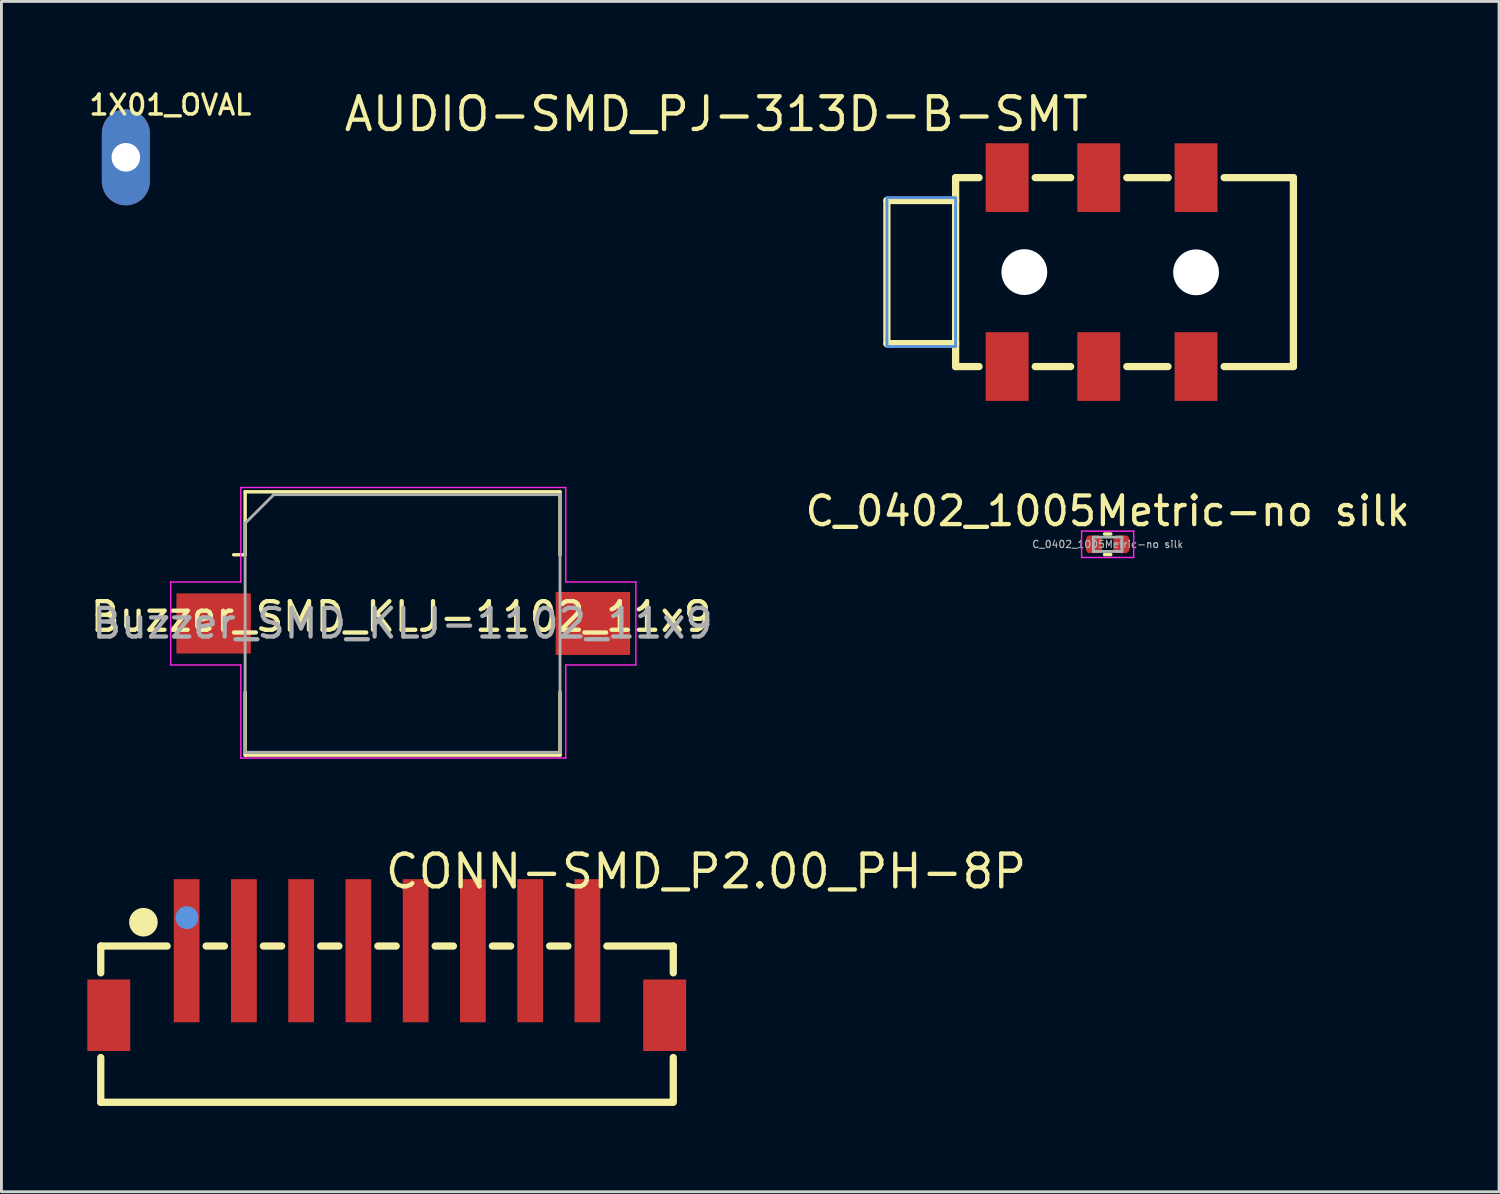
<source format=kicad_pcb>
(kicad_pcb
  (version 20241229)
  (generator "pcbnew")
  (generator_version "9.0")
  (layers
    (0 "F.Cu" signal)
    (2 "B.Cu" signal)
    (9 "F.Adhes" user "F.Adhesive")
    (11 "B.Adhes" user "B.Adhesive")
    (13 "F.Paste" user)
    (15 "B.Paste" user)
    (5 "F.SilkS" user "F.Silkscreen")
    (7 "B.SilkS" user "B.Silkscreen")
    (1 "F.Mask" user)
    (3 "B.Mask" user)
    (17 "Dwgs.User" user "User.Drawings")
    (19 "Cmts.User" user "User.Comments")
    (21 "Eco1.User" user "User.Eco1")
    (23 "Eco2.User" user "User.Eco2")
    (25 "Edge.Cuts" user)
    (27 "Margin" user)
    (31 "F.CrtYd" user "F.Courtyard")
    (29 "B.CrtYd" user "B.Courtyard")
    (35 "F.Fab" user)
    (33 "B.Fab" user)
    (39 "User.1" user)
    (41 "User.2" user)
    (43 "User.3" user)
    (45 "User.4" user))
  (footprint "Buzzer_SMD_KLJ-1102_11x9"
    (layer "F.Cu")
    (at 11.013 18.73)
    (property "Reference" "Buzzer_SMD_KLJ-1102_11x9" (at -0.055 -0.235 180) (layer "F.SilkS") (effects (font (size 1 1) (thickness 0.15))))
    (attr smd)
    (fp_line (start -5.5 -4.6) (end -5.5 -2.4) (stroke (width 0.12) (type solid)) (layer "F.SilkS"))
    (fp_line (start -5.5 -4.6) (end 5.5 -4.6) (stroke (width 0.12) (type solid)) (layer "F.SilkS"))
    (fp_line (start -5.5 -2.4) (end -5.9 -2.4) (stroke (width 0.12) (type solid)) (layer "F.SilkS"))
    (fp_line (start -5.5 2.4) (end -5.5 4.6) (stroke (width 0.12) (type solid)) (layer "F.SilkS"))
    (fp_line (start 5.5 -4.6) (end 5.5 -2.4) (stroke (width 0.12) (type solid)) (layer "F.SilkS"))
    (fp_line (start 5.5 2.4) (end 5.5 4.6) (stroke (width 0.12) (type solid)) (layer "F.SilkS"))
    (fp_line (start 5.5 4.6) (end -5.5 4.6) (stroke (width 0.12) (type solid)) (layer "F.SilkS"))
    (fp_line (start -8.1 -1.45) (end -5.65 -1.45) (stroke (width 0.05) (type solid)) (layer "F.CrtYd"))
    (fp_line (start -8.1 1.45) (end -8.1 -1.45) (stroke (width 0.05) (type solid)) (layer "F.CrtYd"))
    (fp_line (start -5.65 -4.75) (end 5.7 -4.75) (stroke (width 0.05) (type solid)) (layer "F.CrtYd"))
    (fp_line (start -5.65 -1.45) (end -5.65 -4.75) (stroke (width 0.05) (type solid)) (layer "F.CrtYd"))
    (fp_line (start -5.65 1.45) (end -8.1 1.45) (stroke (width 0.05) (type solid)) (layer "F.CrtYd"))
    (fp_line (start -5.65 4.7) (end -5.65 1.45) (stroke (width 0.05) (type solid)) (layer "F.CrtYd"))
    (fp_line (start 5.7 -4.75) (end 5.7 -1.45) (stroke (width 0.05) (type solid)) (layer "F.CrtYd"))
    (fp_line (start 5.7 -1.45) (end 8.15 -1.45) (stroke (width 0.05) (type solid)) (layer "F.CrtYd"))
    (fp_line (start 5.7 1.45) (end 5.7 4.7) (stroke (width 0.05) (type solid)) (layer "F.CrtYd"))
    (fp_line (start 5.7 4.7) (end -5.65 4.7) (stroke (width 0.05) (type solid)) (layer "F.CrtYd"))
    (fp_line (start 8.15 -1.45) (end 8.15 1.45) (stroke (width 0.05) (type solid)) (layer "F.CrtYd"))
    (fp_line (start 8.15 1.45) (end 5.7 1.45) (stroke (width 0.05) (type solid)) (layer "F.CrtYd"))
    (fp_line (start -5.5 -3.5) (end -5.5 4.5) (stroke (width 0.1) (type solid)) (layer "F.Fab"))
    (fp_line (start -5.5 4.5) (end 5.5 4.5) (stroke (width 0.1) (type solid)) (layer "F.Fab"))
    (fp_line (start -4.5 -4.5) (end -5.5 -3.5) (stroke (width 0.1) (type solid)) (layer "F.Fab"))
    (fp_line (start 5.5 -4.5) (end -4.5 -4.5) (stroke (width 0.1) (type solid)) (layer "F.Fab"))
    (fp_line (start 5.5 4.5) (end 5.5 -4.5) (stroke (width 0.1) (type solid)) (layer "F.Fab"))
    (fp_text user "${REFERENCE}" (at 0 0 180) (layer "F.Fab") (effects (font (size 1 1) (thickness 0.15))))
    (pad "1" smd rect (at -6.6 0) (size 2.6 2.1) (layers "F.Cu" "F.Mask" "F.Paste"))
    (pad "2" smd rect (at 6.65 0) (size 2.6 2.2) (layers "F.Cu" "F.Mask" "F.Paste")))
  (footprint "CONN-SMD_P2.00_PH-8P"
    (layer "F.Cu")
    (at 10.46 31.289)
    (property "Reference" "CONN-SMD_P2.00_PH-8P" (at -0.132 -3.898 0) (layer "F.SilkS") (effects (font (size 1.143 1.143) (thickness 0.152)) (justify left)))
    (attr smd)
    (fp_line (start -9.99 -1.29) (end -9.99 -0.354) (stroke (width 0.254) (type solid)) (layer "F.SilkS"))
    (fp_line (start -9.99 2.604) (end -9.99 4.167) (stroke (width 0.254) (type solid)) (layer "F.SilkS"))
    (fp_line (start -9.99 4.167) (end 9.98 4.167) (stroke (width 0.254) (type solid)) (layer "F.SilkS"))
    (fp_line (start -7.671 -1.29) (end -9.99 -1.29) (stroke (width 0.254) (type solid)) (layer "F.SilkS"))
    (fp_line (start -5.671 -1.29) (end -6.309 -1.29) (stroke (width 0.254) (type solid)) (layer "F.SilkS"))
    (fp_line (start -3.671 -1.29) (end -4.309 -1.29) (stroke (width 0.254) (type solid)) (layer "F.SilkS"))
    (fp_line (start -1.671 -1.29) (end -2.309 -1.29) (stroke (width 0.254) (type solid)) (layer "F.SilkS"))
    (fp_line (start 0.329 -1.29) (end -0.309 -1.29) (stroke (width 0.254) (type solid)) (layer "F.SilkS"))
    (fp_line (start 2.329 -1.29) (end 1.691 -1.29) (stroke (width 0.254) (type solid)) (layer "F.SilkS"))
    (fp_line (start 4.329 -1.29) (end 3.691 -1.29) (stroke (width 0.254) (type solid)) (layer "F.SilkS"))
    (fp_line (start 6.329 -1.29) (end 5.691 -1.29) (stroke (width 0.254) (type solid)) (layer "F.SilkS"))
    (fp_line (start 10.01 -1.29) (end 7.691 -1.29) (stroke (width 0.254) (type solid)) (layer "F.SilkS"))
    (fp_line (start 10.01 -0.354) (end 10.01 -1.29) (stroke (width 0.254) (type solid)) (layer "F.SilkS"))
    (fp_line (start 10.01 4.167) (end 10.01 2.604) (stroke (width 0.254) (type solid)) (layer "F.SilkS"))
    (fp_circle (center -8.5 -2.123) (end -8.25 -2.123) (stroke (width 0.5) (type solid)) (fill no) (layer "F.SilkS"))
    (fp_circle (center -6.98 -2.283) (end -6.78 -2.283) (stroke (width 0.4) (type solid)) (fill no) (layer "Cmts.User"))
    (pad "1" smd rect (at -6.99 -1.127) (size 0.9 5) (layers "F.Cu" "F.Mask" "F.Paste"))
    (pad "2" smd rect (at -4.99 -1.127) (size 0.9 5) (layers "F.Cu" "F.Mask" "F.Paste"))
    (pad "3" smd rect (at -2.99 -1.127) (size 0.9 5) (layers "F.Cu" "F.Mask" "F.Paste"))
    (pad "4" smd rect (at -0.99 -1.127) (size 0.9 5) (layers "F.Cu" "F.Mask" "F.Paste"))
    (pad "5" smd rect (at 1.01 -1.127) (size 0.9 5) (layers "F.Cu" "F.Mask" "F.Paste"))
    (pad "6" smd rect (at 3.01 -1.127) (size 0.9 5) (layers "F.Cu" "F.Mask" "F.Paste"))
    (pad "7" smd rect (at 5.01 -1.127) (size 0.9 5) (layers "F.Cu" "F.Mask" "F.Paste"))
    (pad "8" smd rect (at 7.01 -1.127) (size 0.9 5) (layers "F.Cu" "F.Mask" "F.Paste"))
    (pad "9" smd rect (at 9.71 1.127) (size 1.5 2.5) (layers "F.Cu" "F.Mask" "F.Paste"))
    (pad "10" smd rect (at -9.71 1.127) (size 1.5 2.5) (layers "F.Cu" "F.Mask" "F.Paste")))
  (footprint "AUDIO-SMD_PJ-313D-B-SMT"
    (layer "F.Cu")
    (at 35.433 6.455)
    (property "Reference" "AUDIO-SMD_PJ-313D-B-SMT" (at -0.38 -5.52 180) (layer "F.SilkS") (effects (font (size 1.143 1.143) (thickness 0.152)) (justify right)))
    (attr smd)
    (fp_line (start -7.5 -2.5) (end -7.5 2.5) (stroke (width 0.254) (type solid)) (layer "F.SilkS"))
    (fp_line (start -5.1 -3.3) (end -4.281 -3.3) (stroke (width 0.254) (type solid)) (layer "F.SilkS"))
    (fp_line (start -5.1 -2.5) (end -7.5 -2.5) (stroke (width 0.254) (type solid)) (layer "F.SilkS"))
    (fp_line (start -5.1 2.5) (end -7.5 2.5) (stroke (width 0.254) (type solid)) (layer "F.SilkS"))
    (fp_line (start -5.1 3.3) (end -5.1 -3.3) (stroke (width 0.254) (type solid)) (layer "F.SilkS"))
    (fp_line (start -5.1 3.3) (end -4.281 3.3) (stroke (width 0.254) (type solid)) (layer "F.SilkS"))
    (fp_line (start -2.319 -3.3) (end -1.081 -3.3) (stroke (width 0.254) (type solid)) (layer "F.SilkS"))
    (fp_line (start -2.319 3.3) (end -1.081 3.3) (stroke (width 0.254) (type solid)) (layer "F.SilkS"))
    (fp_line (start 0.881 -3.3) (end 2.319 -3.3) (stroke (width 0.254) (type solid)) (layer "F.SilkS"))
    (fp_line (start 0.881 3.3) (end 2.319 3.3) (stroke (width 0.254) (type solid)) (layer "F.SilkS"))
    (fp_line (start 2.319 -3.3) (end 2.3 -3.3) (stroke (width 0.254) (type solid)) (layer "F.SilkS"))
    (fp_line (start 6.7 -3.3) (end 4.281 -3.3) (stroke (width 0.254) (type solid)) (layer "F.SilkS"))
    (fp_line (start 6.7 3.3) (end 4.281 3.3) (stroke (width 0.254) (type solid)) (layer "F.SilkS"))
    (fp_line (start 6.7 3.3) (end 6.7 -3.3) (stroke (width 0.254) (type solid)) (layer "F.SilkS"))
    (fp_circle (center -2.7 0) (end -2.45 0) (stroke (width 0.5) (type solid)) (fill no) (layer "Cmts.User"))
    (fp_circle (center 3.3 0.008) (end 3.55 0.008) (stroke (width 0.5) (type solid)) (fill no) (layer "Cmts.User"))
    (fp_poly (pts (xy -7.5 -2.6) (xy -5.1 -2.6) (xy -5.1 2.6) (xy -7.5 2.6)) (stroke (width 0.1) (type solid)) (fill no) (layer "Cmts.User"))
    (pad "" np_thru_hole circle (at -2.7 0) (size 1.6 1.6) (drill 1.6) (layers "*.Cu" "*.Mask"))
    (pad "" np_thru_hole circle (at 3.3 0.008) (size 1.6 1.6) (drill 1.6) (layers "*.Cu" "*.Mask"))
    (pad "1" smd rect (at -3.3 -3.3 90) (size 2.4 1.5) (layers "F.Cu" "F.Mask" "F.Paste"))
    (pad "1" smd rect (at -3.3 3.3 90) (size 2.4 1.5) (layers "F.Cu" "F.Mask" "F.Paste"))
    (pad "2" smd rect (at 3.3 -3.3 90) (size 2.4 1.5) (layers "F.Cu" "F.Mask" "F.Paste"))
    (pad "2" smd rect (at 3.3 3.3 90) (size 2.4 1.5) (layers "F.Cu" "F.Mask" "F.Paste"))
    (pad "3" smd rect (at -0.1 -3.3 90) (size 2.4 1.5) (layers "F.Cu" "F.Mask" "F.Paste"))
    (pad "3" smd rect (at -0.1 3.3 90) (size 2.4 1.5) (layers "F.Cu" "F.Mask" "F.Paste")))
  (footprint "1X01_OVAL"
    (layer "F.Cu")
    (at 1.346 2.445)
    (property "Reference" "1X01_OVAL" (at -1.346 -1.829 0) (layer "F.SilkS") (effects (font (size 0.693 0.693) (thickness 0.12)) (justify left)))
    (attr exclude_from_bom)
    (fp_poly (pts (xy -0.254 0.254) (xy 0.254 0.254) (xy 0.254 -0.254) (xy -0.254 -0.254)) (stroke (width 0.1) (type solid)) (fill no) (layer "F.Fab"))
    (pad "1" thru_hole oval (at 0 0 90) (size 3.353 1.676) (drill 1) (layers "*.Cu" "F.Mask")))
  (footprint "C_0402_1005Metric-no silk"
    (layer "F.Cu")
    (at 35.644 15.964)
    (property "Reference" "C_0402_1005Metric-no silk" (at 0 -1.16 0) (layer "F.SilkS") (effects (font (size 1 1) (thickness 0.15))))
    (attr smd)
    (fp_line (start -0.108 -0.36) (end 0.108 -0.36) (stroke (width 0.12) (type solid)) (layer "F.SilkS"))
    (fp_line (start -0.108 0.36) (end 0.108 0.36) (stroke (width 0.12) (type solid)) (layer "F.SilkS"))
    (fp_line (start -0.91 -0.46) (end 0.91 -0.46) (stroke (width 0.05) (type solid)) (layer "F.CrtYd"))
    (fp_line (start -0.91 0.46) (end -0.91 -0.46) (stroke (width 0.05) (type solid)) (layer "F.CrtYd"))
    (fp_line (start 0.91 -0.46) (end 0.91 0.46) (stroke (width 0.05) (type solid)) (layer "F.CrtYd"))
    (fp_line (start 0.91 0.46) (end -0.91 0.46) (stroke (width 0.05) (type solid)) (layer "F.CrtYd"))
    (fp_line (start -0.5 -0.25) (end 0.5 -0.25) (stroke (width 0.1) (type solid)) (layer "F.Fab"))
    (fp_line (start -0.5 0.25) (end -0.5 -0.25) (stroke (width 0.1) (type solid)) (layer "F.Fab"))
    (fp_line (start 0.5 -0.25) (end 0.5 0.25) (stroke (width 0.1) (type solid)) (layer "F.Fab"))
    (fp_line (start 0.5 0.25) (end -0.5 0.25) (stroke (width 0.1) (type solid)) (layer "F.Fab"))
    (fp_text user "${REFERENCE}" (at 0 0 0) (layer "F.Fab") (effects (font (size 0.25 0.25) (thickness 0.04))))
    (pad "1" smd roundrect (at -0.48 0) (size 0.56 0.62) (layers "F.Cu" "F.Mask" "F.Paste") (roundrect_rratio 0.25))
    (pad "2" smd roundrect (at 0.48 0) (size 0.56 0.62) (layers "F.Cu" "F.Mask" "F.Paste") (roundrect_rratio 0.25)))
  (gr_rect
    (start -3 -3)
    (end 49.317 38.583)
    (stroke (width 0.1) (type default))
    (fill no)
    (layer "Edge.Cuts")))
</source>
